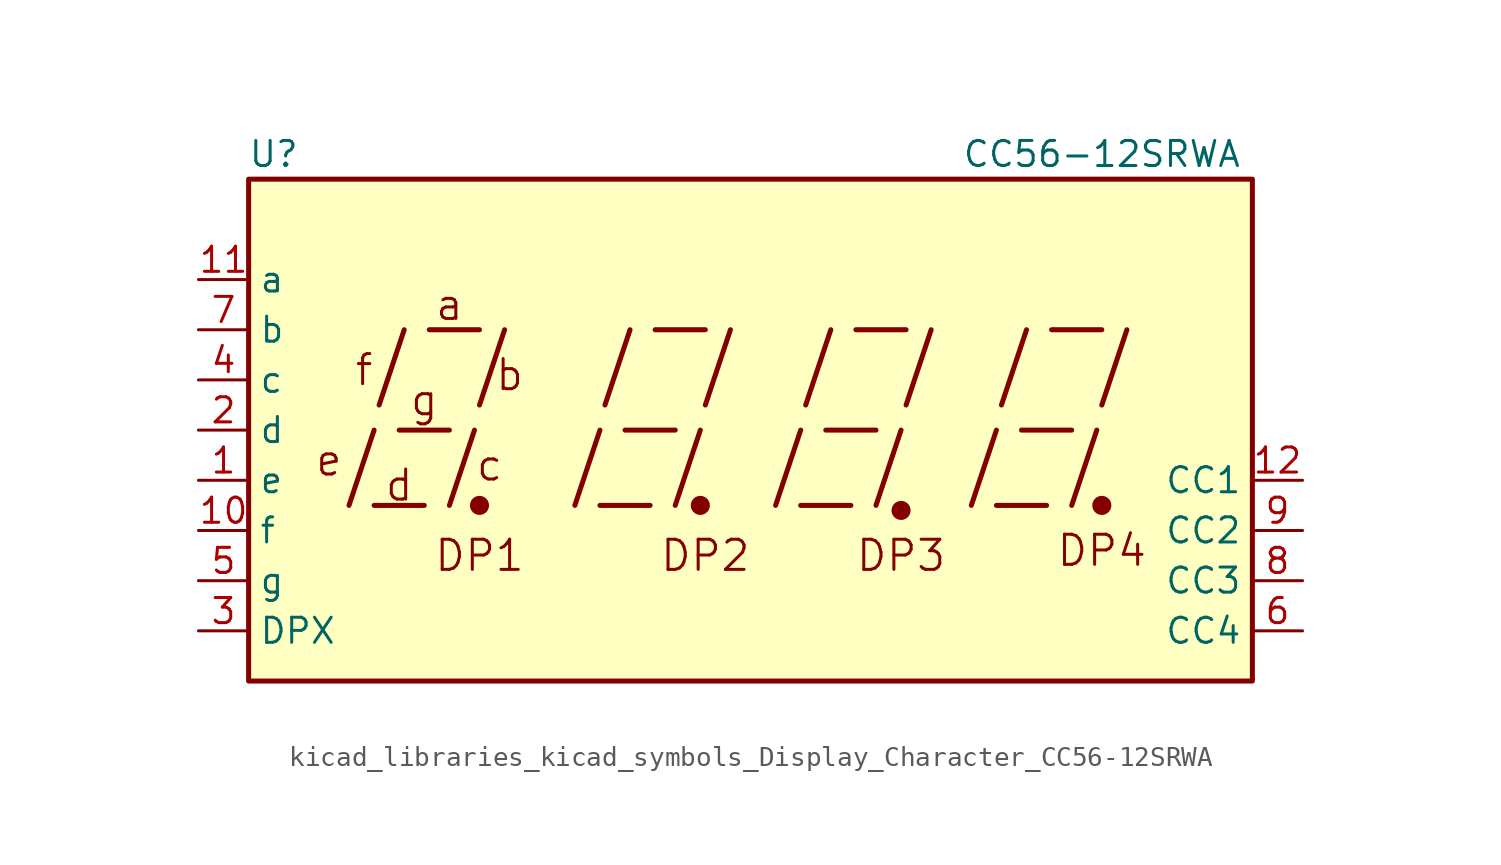
<source format=kicad_sym>
(kicad_symbol_lib
  (version 20220914)
  (generator kicad_symbol_editor)
  (symbol "kicad_libraries_kicad_symbols_Display_Character_CC56-12SRWA"
    (property "Reference" "U"
      (at -24.13 13.97 0)
      (effects (font (size 1.27 1.27))))
    (property "Value" "CC56-12SRWA"
      (at 17.78 13.97 0)
      (effects (font (size 1.27 1.27))))
    (symbol "kicad_libraries_kicad_symbols_Display_Character_CC56-12SRWA_0_0"
      (rectangle (start -25.4 12.7) (end 25.4 -12.7) (stroke (width 0.254) (type default)) (fill (type background)))
      (polyline (pts (xy -20.32 -3.81) (xy -19.05 0)) (stroke (width 0.254) (type default)) (fill (type none)))
      (polyline (pts (xy -19.05 -3.81) (xy -16.51 -3.81)) (stroke (width 0.254) (type default)) (fill (type none)))
      (polyline (pts (xy -18.796 1.27) (xy -17.526 5.08)) (stroke (width 0.254) (type default)) (fill (type none)))
      (polyline (pts (xy -17.78 0) (xy -15.24 0)) (stroke (width 0.254) (type default)) (fill (type none)))
      (polyline (pts (xy -16.256 5.08) (xy -13.716 5.08)) (stroke (width 0.254) (type default)) (fill (type none)))
      (polyline (pts (xy -15.24 -3.81) (xy -13.97 0)) (stroke (width 0.254) (type default)) (fill (type none)))
      (polyline (pts (xy -13.716 1.27) (xy -12.446 5.08)) (stroke (width 0.254) (type default)) (fill (type none)))
      (polyline (pts (xy -8.89 -3.81) (xy -7.62 0)) (stroke (width 0.254) (type default)) (fill (type none)))
      (polyline (pts (xy -7.62 -3.81) (xy -5.08 -3.81)) (stroke (width 0.254) (type default)) (fill (type none)))
      (polyline (pts (xy -7.366 1.27) (xy -6.096 5.08)) (stroke (width 0.254) (type default)) (fill (type none)))
      (polyline (pts (xy -6.35 0) (xy -3.81 0)) (stroke (width 0.254) (type default)) (fill (type none)))
      (polyline (pts (xy -4.826 5.08) (xy -2.286 5.08)) (stroke (width 0.254) (type default)) (fill (type none)))
      (polyline (pts (xy -3.81 -3.81) (xy -2.54 0)) (stroke (width 0.254) (type default)) (fill (type none)))
      (polyline (pts (xy -2.286 1.27) (xy -1.016 5.08)) (stroke (width 0.254) (type default)) (fill (type none)))
      (polyline (pts (xy 1.27 -3.81) (xy 2.54 0)) (stroke (width 0.254) (type default)) (fill (type none)))
      (polyline (pts (xy 2.54 -3.81) (xy 5.08 -3.81)) (stroke (width 0.254) (type default)) (fill (type none)))
      (polyline (pts (xy 2.794 1.27) (xy 4.064 5.08)) (stroke (width 0.254) (type default)) (fill (type none)))
      (polyline (pts (xy 3.81 0) (xy 6.35 0)) (stroke (width 0.254) (type default)) (fill (type none)))
      (polyline (pts (xy 5.334 5.08) (xy 7.874 5.08)) (stroke (width 0.254) (type default)) (fill (type none)))
      (polyline (pts (xy 6.35 -3.81) (xy 7.62 0)) (stroke (width 0.254) (type default)) (fill (type none)))
      (polyline (pts (xy 7.874 1.27) (xy 9.144 5.08)) (stroke (width 0.254) (type default)) (fill (type none)))
      (polyline (pts (xy 11.176 -3.81) (xy 12.446 0)) (stroke (width 0.254) (type default)) (fill (type none)))
      (polyline (pts (xy 12.446 -3.81) (xy 14.986 -3.81)) (stroke (width 0.254) (type default)) (fill (type none)))
      (polyline (pts (xy 12.7 1.27) (xy 13.97 5.08)) (stroke (width 0.254) (type default)) (fill (type none)))
      (polyline (pts (xy 13.716 0) (xy 16.256 0)) (stroke (width 0.254) (type default)) (fill (type none)))
      (polyline (pts (xy 15.24 5.08) (xy 17.78 5.08)) (stroke (width 0.254) (type default)) (fill (type none)))
      (polyline (pts (xy 16.256 -3.81) (xy 17.526 0)) (stroke (width 0.254) (type default)) (fill (type none)))
      (polyline (pts (xy 17.78 1.27) (xy 19.05 5.08)) (stroke (width 0.254) (type default)) (fill (type none)))
      (text "a" (at -15.24 6.35 0) (effects (font (size 1.524 1.524))))
      (text "b" (at -12.192 2.794 0) (effects (font (size 1.524 1.524))))
      (text "c" (at -13.208 -1.778 0) (effects (font (size 1.524 1.524))))
      (text "d" (at -17.78 -2.794 0) (effects (font (size 1.524 1.524))))
      (text "DP1" (at -13.716 -6.35 0) (effects (font (size 1.524 1.524))))
      (text "DP2" (at -2.286 -6.35 0) (effects (font (size 1.524 1.524))))
      (text "DP3" (at 7.62 -6.35 0) (effects (font (size 1.524 1.524))))
      (text "DP4" (at 17.78 -6.096 0) (effects (font (size 1.524 1.524))))
      (text "e" (at -21.336 -1.524 0) (effects (font (size 1.524 1.524))))
      (text "f" (at -19.558 3.048 0) (effects (font (size 1.524 1.524))))
      (text "g" (at -16.51 1.524 0) (effects (font (size 1.524 1.524)))))
    (symbol "kicad_libraries_kicad_symbols_Display_Character_CC56-12SRWA_0_1"
      (circle (center -13.716 -3.81) (radius 0.356) (stroke (width 0.254) (type default)) (fill (type outline)))
      (circle (center -2.54 -3.81) (radius 0.356) (stroke (width 0.254) (type default)) (fill (type outline))))
    (symbol "kicad_libraries_kicad_symbols_Display_Character_CC56-12SRWA_1_0"
      (circle (center 7.62 -4.064) (radius 0.356) (stroke (width 0.254) (type default)) (fill (type outline)))
      (circle (center 17.78 -3.81) (radius 0.356) (stroke (width 0.254) (type default)) (fill (type outline))))
    (symbol "kicad_libraries_kicad_symbols_Display_Character_CC56-12SRWA_1_1"
      (pin input line (at -27.94 -2.54 0) (length 2.54) (name "e" (effects (font (size 1.27 1.27)))) (number "1" (effects (font (size 1.27 1.27)))))
      (pin input line (at -27.94 -5.08 0) (length 2.54) (name "f" (effects (font (size 1.27 1.27)))) (number "10" (effects (font (size 1.27 1.27)))))
      (pin input line (at -27.94 7.62 0) (length 2.54) (name "a" (effects (font (size 1.27 1.27)))) (number "11" (effects (font (size 1.27 1.27)))))
      (pin input line (at 27.94 -2.54 180) (length 2.54) (name "CC1" (effects (font (size 1.27 1.27)))) (number "12" (effects (font (size 1.27 1.27)))))
      (pin input line (at -27.94 0 0) (length 2.54) (name "d" (effects (font (size 1.27 1.27)))) (number "2" (effects (font (size 1.27 1.27)))))
      (pin input line (at -27.94 -10.16 0) (length 2.54) (name "DPX" (effects (font (size 1.27 1.27)))) (number "3" (effects (font (size 1.27 1.27)))))
      (pin input line (at -27.94 2.54 0) (length 2.54) (name "c" (effects (font (size 1.27 1.27)))) (number "4" (effects (font (size 1.27 1.27)))))
      (pin input line (at -27.94 -7.62 0) (length 2.54) (name "g" (effects (font (size 1.27 1.27)))) (number "5" (effects (font (size 1.27 1.27)))))
      (pin input line (at 27.94 -10.16 180) (length 2.54) (name "CC4" (effects (font (size 1.27 1.27)))) (number "6" (effects (font (size 1.27 1.27)))))
      (pin input line (at -27.94 5.08 0) (length 2.54) (name "b" (effects (font (size 1.27 1.27)))) (number "7" (effects (font (size 1.27 1.27)))))
      (pin input line (at 27.94 -7.62 180) (length 2.54) (name "CC3" (effects (font (size 1.27 1.27)))) (number "8" (effects (font (size 1.27 1.27)))))
      (pin input line (at 27.94 -5.08 180) (length 2.54) (name "CC2" (effects (font (size 1.27 1.27)))) (number "9" (effects (font (size 1.27 1.27))))))))
</source>
